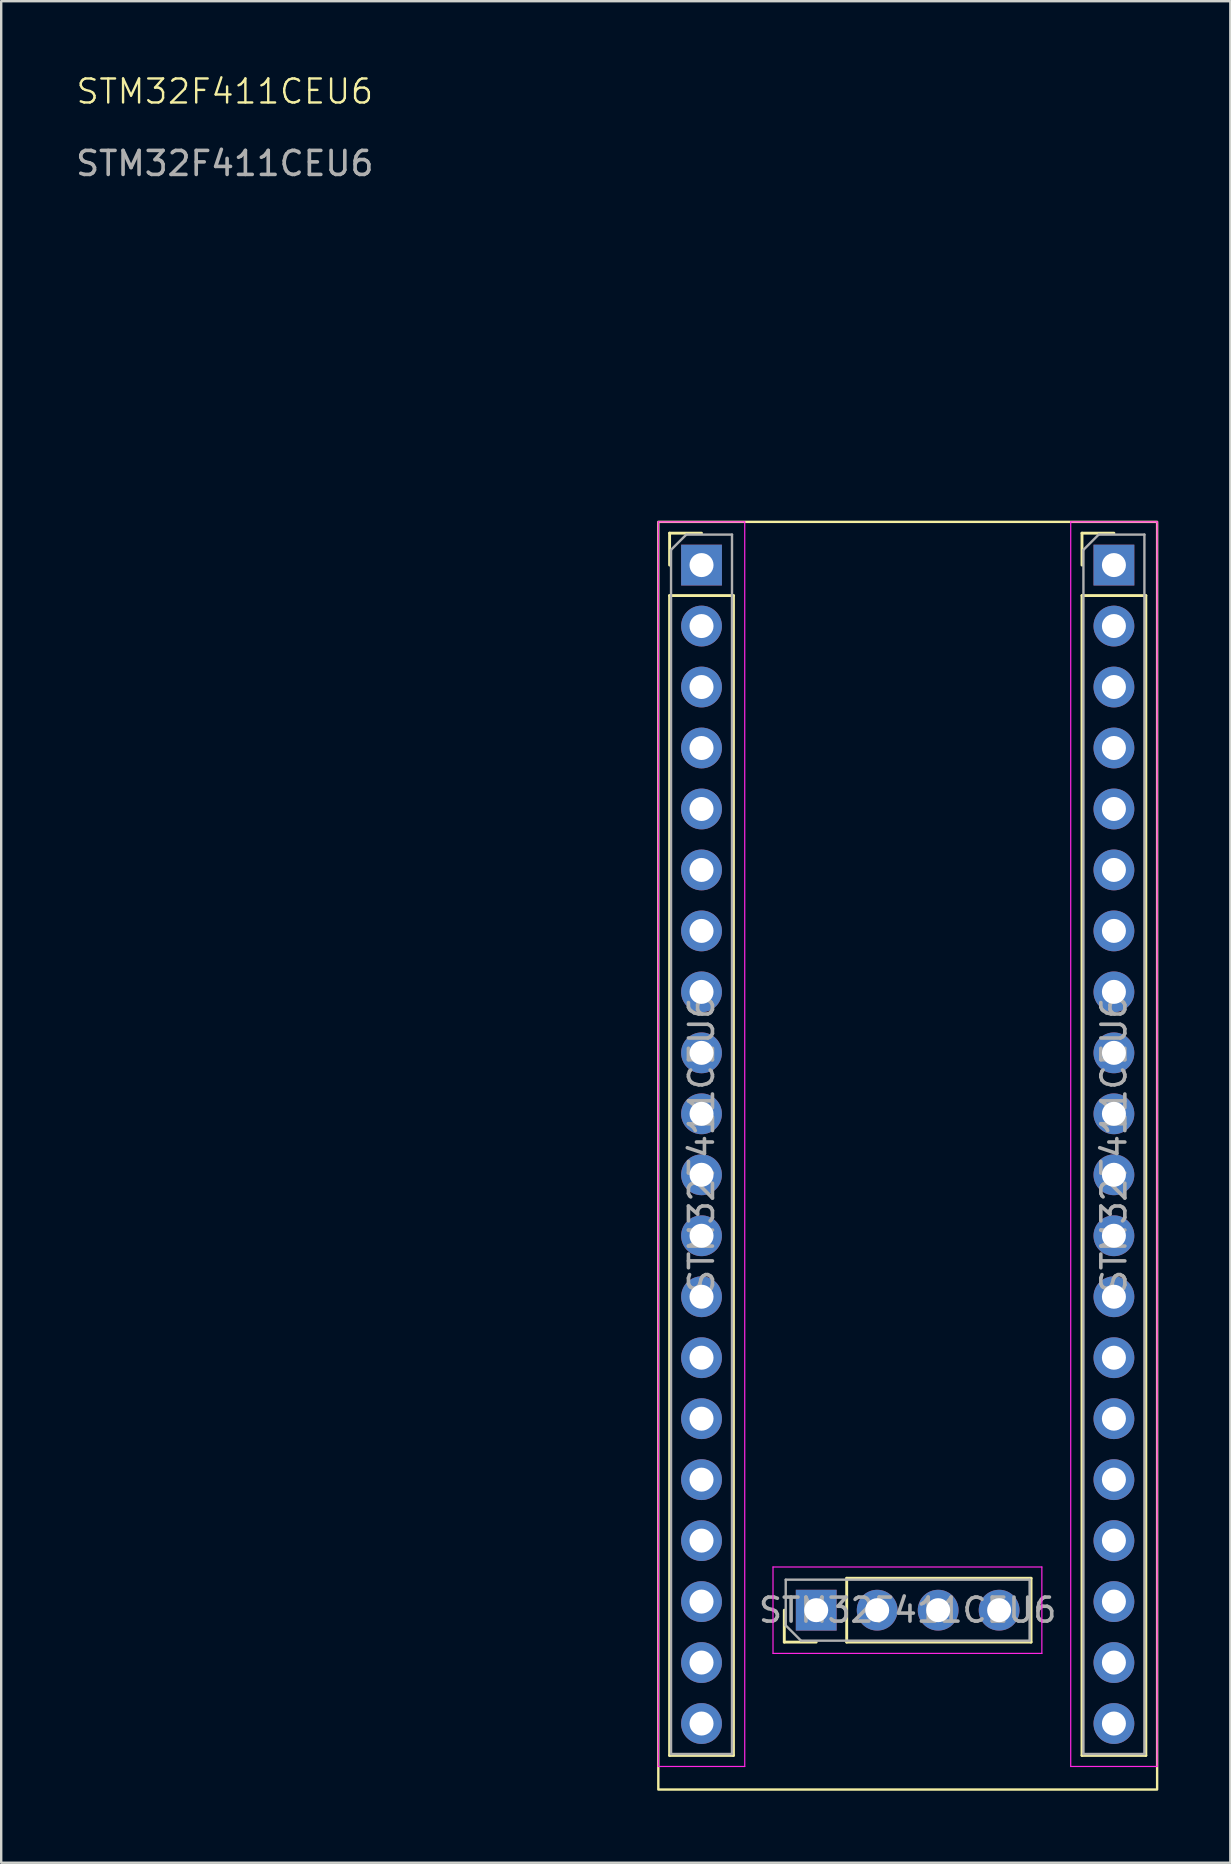
<source format=kicad_pcb>
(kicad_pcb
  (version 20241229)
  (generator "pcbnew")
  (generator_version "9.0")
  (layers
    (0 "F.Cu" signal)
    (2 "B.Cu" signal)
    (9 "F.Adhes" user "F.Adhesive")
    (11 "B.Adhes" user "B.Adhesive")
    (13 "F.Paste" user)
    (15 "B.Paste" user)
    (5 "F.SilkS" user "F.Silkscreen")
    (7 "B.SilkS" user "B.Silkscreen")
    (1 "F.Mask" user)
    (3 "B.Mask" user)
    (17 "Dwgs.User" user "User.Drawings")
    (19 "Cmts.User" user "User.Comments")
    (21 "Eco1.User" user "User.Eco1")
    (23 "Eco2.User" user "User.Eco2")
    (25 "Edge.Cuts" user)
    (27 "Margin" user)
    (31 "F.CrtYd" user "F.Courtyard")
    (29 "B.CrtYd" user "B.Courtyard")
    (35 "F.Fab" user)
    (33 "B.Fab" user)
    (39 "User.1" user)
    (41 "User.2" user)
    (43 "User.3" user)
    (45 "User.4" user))
  (footprint "STM32F411CEU6"
    (layer "F.Cu")
    (at 34.765 62.781)
    (property "Reference" "STM32F411CEU6" (at -28.45 -62.02 0) (unlocked yes) (layer "F.SilkS") (effects (font (size 1 1) (thickness 0.1))))
    (attr through_hole)
    (fp_line (start -9.92 -43.62) (end -8.59 -43.62) (stroke (width 0.12) (type solid)) (layer "F.SilkS"))
    (fp_line (start -9.92 -42.29) (end -9.92 -43.62) (stroke (width 0.12) (type solid)) (layer "F.SilkS"))
    (fp_line (start -9.92 -41.02) (end -9.92 7.3) (stroke (width 0.12) (type solid)) (layer "F.SilkS"))
    (fp_line (start -9.92 -41.02) (end -7.26 -41.02) (stroke (width 0.12) (type solid)) (layer "F.SilkS"))
    (fp_line (start -9.92 7.3) (end -7.26 7.3) (stroke (width 0.12) (type solid)) (layer "F.SilkS"))
    (fp_line (start -7.26 -41.02) (end -7.26 7.3) (stroke (width 0.12) (type solid)) (layer "F.SilkS"))
    (fp_line (start -5.142 2.578) (end -5.142 1.248) (stroke (width 0.12) (type solid)) (layer "F.SilkS"))
    (fp_line (start -3.812 2.578) (end -5.142 2.578) (stroke (width 0.12) (type solid)) (layer "F.SilkS"))
    (fp_line (start -2.542 -0.082) (end 5.138 -0.082) (stroke (width 0.12) (type solid)) (layer "F.SilkS"))
    (fp_line (start -2.542 2.578) (end -2.542 -0.082) (stroke (width 0.12) (type solid)) (layer "F.SilkS"))
    (fp_line (start -2.542 2.578) (end 5.138 2.578) (stroke (width 0.12) (type solid)) (layer "F.SilkS"))
    (fp_line (start 5.138 2.578) (end 5.138 -0.082) (stroke (width 0.12) (type solid)) (layer "F.SilkS"))
    (fp_line (start 7.26 -43.62) (end 8.59 -43.62) (stroke (width 0.12) (type solid)) (layer "F.SilkS"))
    (fp_line (start 7.26 -42.29) (end 7.26 -43.62) (stroke (width 0.12) (type solid)) (layer "F.SilkS"))
    (fp_line (start 7.26 -41.02) (end 7.26 7.3) (stroke (width 0.12) (type solid)) (layer "F.SilkS"))
    (fp_line (start 7.26 -41.02) (end 9.92 -41.02) (stroke (width 0.12) (type solid)) (layer "F.SilkS"))
    (fp_line (start 7.26 7.3) (end 9.92 7.3) (stroke (width 0.12) (type solid)) (layer "F.SilkS"))
    (fp_line (start 9.92 -41.02) (end 9.92 7.3) (stroke (width 0.12) (type solid)) (layer "F.SilkS"))
    (fp_rect (start -10.39 -44.09) (end 10.39 8.72) (stroke (width 0.1) (type default)) (fill no) (layer "F.SilkS"))
    (fp_line (start -10.39 -44.09) (end -10.39 7.76) (stroke (width 0.05) (type solid)) (layer "F.CrtYd"))
    (fp_line (start -10.39 7.76) (end -6.79 7.76) (stroke (width 0.05) (type solid)) (layer "F.CrtYd"))
    (fp_line (start -6.79 -44.09) (end -10.39 -44.09) (stroke (width 0.05) (type solid)) (layer "F.CrtYd"))
    (fp_line (start -6.79 7.76) (end -6.79 -44.09) (stroke (width 0.05) (type solid)) (layer "F.CrtYd"))
    (fp_line (start -5.612 -0.552) (end -5.612 3.048) (stroke (width 0.05) (type solid)) (layer "F.CrtYd"))
    (fp_line (start -5.612 3.048) (end 5.588 3.048) (stroke (width 0.05) (type solid)) (layer "F.CrtYd"))
    (fp_line (start 5.588 -0.552) (end -5.612 -0.552) (stroke (width 0.05) (type solid)) (layer "F.CrtYd"))
    (fp_line (start 5.588 3.048) (end 5.588 -0.552) (stroke (width 0.05) (type solid)) (layer "F.CrtYd"))
    (fp_line (start 6.79 -44.09) (end 6.79 7.76) (stroke (width 0.05) (type solid)) (layer "F.CrtYd"))
    (fp_line (start 6.79 7.76) (end 10.39 7.76) (stroke (width 0.05) (type solid)) (layer "F.CrtYd"))
    (fp_line (start 10.39 -44.09) (end 6.79 -44.09) (stroke (width 0.05) (type solid)) (layer "F.CrtYd"))
    (fp_line (start 10.39 7.76) (end 10.39 -44.09) (stroke (width 0.05) (type solid)) (layer "F.CrtYd"))
    (fp_line (start -9.86 -42.925) (end -9.225 -43.56) (stroke (width 0.1) (type solid)) (layer "F.Fab"))
    (fp_line (start -9.86 7.24) (end -9.86 -42.925) (stroke (width 0.1) (type solid)) (layer "F.Fab"))
    (fp_line (start -9.225 -43.56) (end -7.32 -43.56) (stroke (width 0.1) (type solid)) (layer "F.Fab"))
    (fp_line (start -7.32 -43.56) (end -7.32 7.24) (stroke (width 0.1) (type solid)) (layer "F.Fab"))
    (fp_line (start -7.32 7.24) (end -9.86 7.24) (stroke (width 0.1) (type solid)) (layer "F.Fab"))
    (fp_line (start -5.082 -0.022) (end 5.078 -0.022) (stroke (width 0.1) (type solid)) (layer "F.Fab"))
    (fp_line (start -5.082 1.883) (end -5.082 -0.022) (stroke (width 0.1) (type solid)) (layer "F.Fab"))
    (fp_line (start -4.447 2.518) (end -5.082 1.883) (stroke (width 0.1) (type solid)) (layer "F.Fab"))
    (fp_line (start 5.078 -0.022) (end 5.078 2.518) (stroke (width 0.1) (type solid)) (layer "F.Fab"))
    (fp_line (start 5.078 2.518) (end -4.447 2.518) (stroke (width 0.1) (type solid)) (layer "F.Fab"))
    (fp_line (start 7.32 -42.925) (end 7.955 -43.56) (stroke (width 0.1) (type solid)) (layer "F.Fab"))
    (fp_line (start 7.32 7.24) (end 7.32 -42.925) (stroke (width 0.1) (type solid)) (layer "F.Fab"))
    (fp_line (start 7.955 -43.56) (end 9.86 -43.56) (stroke (width 0.1) (type solid)) (layer "F.Fab"))
    (fp_line (start 9.86 -43.56) (end 9.86 7.24) (stroke (width 0.1) (type solid)) (layer "F.Fab"))
    (fp_line (start 9.86 7.24) (end 7.32 7.24) (stroke (width 0.1) (type solid)) (layer "F.Fab"))
    (fp_text user "${REFERENCE}" (at -28.45 -59.02 0) (unlocked yes) (layer "F.Fab") (effects (font (size 1 1) (thickness 0.15))))
    (fp_text user "${REFERENCE}" (at -8.59 -18.16 90) (layer "F.Fab") (effects (font (size 1 1) (thickness 0.15))))
    (fp_text user "${REFERENCE}" (at 8.59 -18.16 90) (layer "F.Fab") (effects (font (size 1 1) (thickness 0.15))))
    (fp_text user "${REFERENCE}" (at -0.002 1.248 180) (layer "F.Fab") (effects (font (size 1 1) (thickness 0.15))))
    (pad "1" thru_hole rect (at -8.59 -42.29) (size 1.7 1.7) (drill 1) (layers "*.Cu" "*.Mask"))
    (pad "2" thru_hole oval (at -8.59 -39.75) (size 1.7 1.7) (drill 1) (layers "*.Cu" "*.Mask"))
    (pad "3" thru_hole oval (at -8.59 -37.21) (size 1.7 1.7) (drill 1) (layers "*.Cu" "*.Mask"))
    (pad "4" thru_hole oval (at -8.59 -34.67) (size 1.7 1.7) (drill 1) (layers "*.Cu" "*.Mask"))
    (pad "5" thru_hole oval (at -8.59 -32.13) (size 1.7 1.7) (drill 1) (layers "*.Cu" "*.Mask"))
    (pad "6" thru_hole oval (at -8.59 -29.59) (size 1.7 1.7) (drill 1) (layers "*.Cu" "*.Mask"))
    (pad "7" thru_hole oval (at -8.59 -27.05) (size 1.7 1.7) (drill 1) (layers "*.Cu" "*.Mask"))
    (pad "8" thru_hole oval (at -8.59 -24.51) (size 1.7 1.7) (drill 1) (layers "*.Cu" "*.Mask"))
    (pad "9" thru_hole oval (at -8.59 -21.97) (size 1.7 1.7) (drill 1) (layers "*.Cu" "*.Mask"))
    (pad "10" thru_hole oval (at -8.59 -19.43) (size 1.7 1.7) (drill 1) (layers "*.Cu" "*.Mask"))
    (pad "11" thru_hole oval (at -8.59 -16.89) (size 1.7 1.7) (drill 1) (layers "*.Cu" "*.Mask"))
    (pad "12" thru_hole oval (at -8.59 -14.35) (size 1.7 1.7) (drill 1) (layers "*.Cu" "*.Mask"))
    (pad "13" thru_hole oval (at -8.59 -11.81) (size 1.7 1.7) (drill 1) (layers "*.Cu" "*.Mask"))
    (pad "14" thru_hole oval (at -8.59 -9.27) (size 1.7 1.7) (drill 1) (layers "*.Cu" "*.Mask"))
    (pad "15" thru_hole oval (at -8.59 -6.73) (size 1.7 1.7) (drill 1) (layers "*.Cu" "*.Mask"))
    (pad "16" thru_hole oval (at -8.59 -4.19) (size 1.7 1.7) (drill 1) (layers "*.Cu" "*.Mask"))
    (pad "17" thru_hole oval (at -8.59 -1.65) (size 1.7 1.7) (drill 1) (layers "*.Cu" "*.Mask"))
    (pad "18" thru_hole oval (at -8.59 0.89) (size 1.7 1.7) (drill 1) (layers "*.Cu" "*.Mask"))
    (pad "19" thru_hole oval (at -8.59 3.43) (size 1.7 1.7) (drill 1) (layers "*.Cu" "*.Mask"))
    (pad "20" thru_hole oval (at -8.59 5.97) (size 1.7 1.7) (drill 1) (layers "*.Cu" "*.Mask"))
    (pad "21" thru_hole rect (at 8.59 -42.29) (size 1.7 1.7) (drill 1) (layers "*.Cu" "*.Mask"))
    (pad "22" thru_hole oval (at 8.59 -39.75) (size 1.7 1.7) (drill 1) (layers "*.Cu" "*.Mask"))
    (pad "23" thru_hole oval (at 8.59 -37.21) (size 1.7 1.7) (drill 1) (layers "*.Cu" "*.Mask"))
    (pad "24" thru_hole oval (at 8.59 -34.67) (size 1.7 1.7) (drill 1) (layers "*.Cu" "*.Mask"))
    (pad "25" thru_hole oval (at 8.59 -32.13) (size 1.7 1.7) (drill 1) (layers "*.Cu" "*.Mask"))
    (pad "26" thru_hole oval (at 8.59 -29.59) (size 1.7 1.7) (drill 1) (layers "*.Cu" "*.Mask"))
    (pad "27" thru_hole oval (at 8.59 -27.05) (size 1.7 1.7) (drill 1) (layers "*.Cu" "*.Mask"))
    (pad "28" thru_hole oval (at 8.59 -24.51) (size 1.7 1.7) (drill 1) (layers "*.Cu" "*.Mask"))
    (pad "29" thru_hole oval (at 8.59 -21.97) (size 1.7 1.7) (drill 1) (layers "*.Cu" "*.Mask"))
    (pad "30" thru_hole oval (at 8.59 -19.43) (size 1.7 1.7) (drill 1) (layers "*.Cu" "*.Mask"))
    (pad "31" thru_hole oval (at 8.59 -16.89) (size 1.7 1.7) (drill 1) (layers "*.Cu" "*.Mask"))
    (pad "32" thru_hole oval (at 8.59 -14.35) (size 1.7 1.7) (drill 1) (layers "*.Cu" "*.Mask"))
    (pad "33" thru_hole oval (at 8.59 -11.81) (size 1.7 1.7) (drill 1) (layers "*.Cu" "*.Mask"))
    (pad "34" thru_hole oval (at 8.59 -9.27) (size 1.7 1.7) (drill 1) (layers "*.Cu" "*.Mask"))
    (pad "35" thru_hole oval (at 8.59 -6.73) (size 1.7 1.7) (drill 1) (layers "*.Cu" "*.Mask"))
    (pad "36" thru_hole oval (at 8.59 -4.19) (size 1.7 1.7) (drill 1) (layers "*.Cu" "*.Mask"))
    (pad "37" thru_hole oval (at 8.59 -1.65) (size 1.7 1.7) (drill 1) (layers "*.Cu" "*.Mask"))
    (pad "38" thru_hole oval (at 8.59 0.89) (size 1.7 1.7) (drill 1) (layers "*.Cu" "*.Mask"))
    (pad "39" thru_hole oval (at 8.59 3.43) (size 1.7 1.7) (drill 1) (layers "*.Cu" "*.Mask"))
    (pad "40" thru_hole oval (at 8.59 5.97) (size 1.7 1.7) (drill 1) (layers "*.Cu" "*.Mask"))
    (pad "41" thru_hole rect (at -3.812 1.248 90) (size 1.7 1.7) (drill 1) (layers "*.Cu" "*.Mask"))
    (pad "42" thru_hole oval (at -1.272 1.248 90) (size 1.7 1.7) (drill 1) (layers "*.Cu" "*.Mask"))
    (pad "43" thru_hole oval (at 1.268 1.248 90) (size 1.7 1.7) (drill 1) (layers "*.Cu" "*.Mask"))
    (pad "44" thru_hole oval (at 3.808 1.248 90) (size 1.7 1.7) (drill 1) (layers "*.Cu" "*.Mask")))
  (gr_rect
    (start -3 -3)
    (end 48.205 74.55)
    (stroke (width 0.1) (type default))
    (fill no)
    (layer "Edge.Cuts")))
</source>
